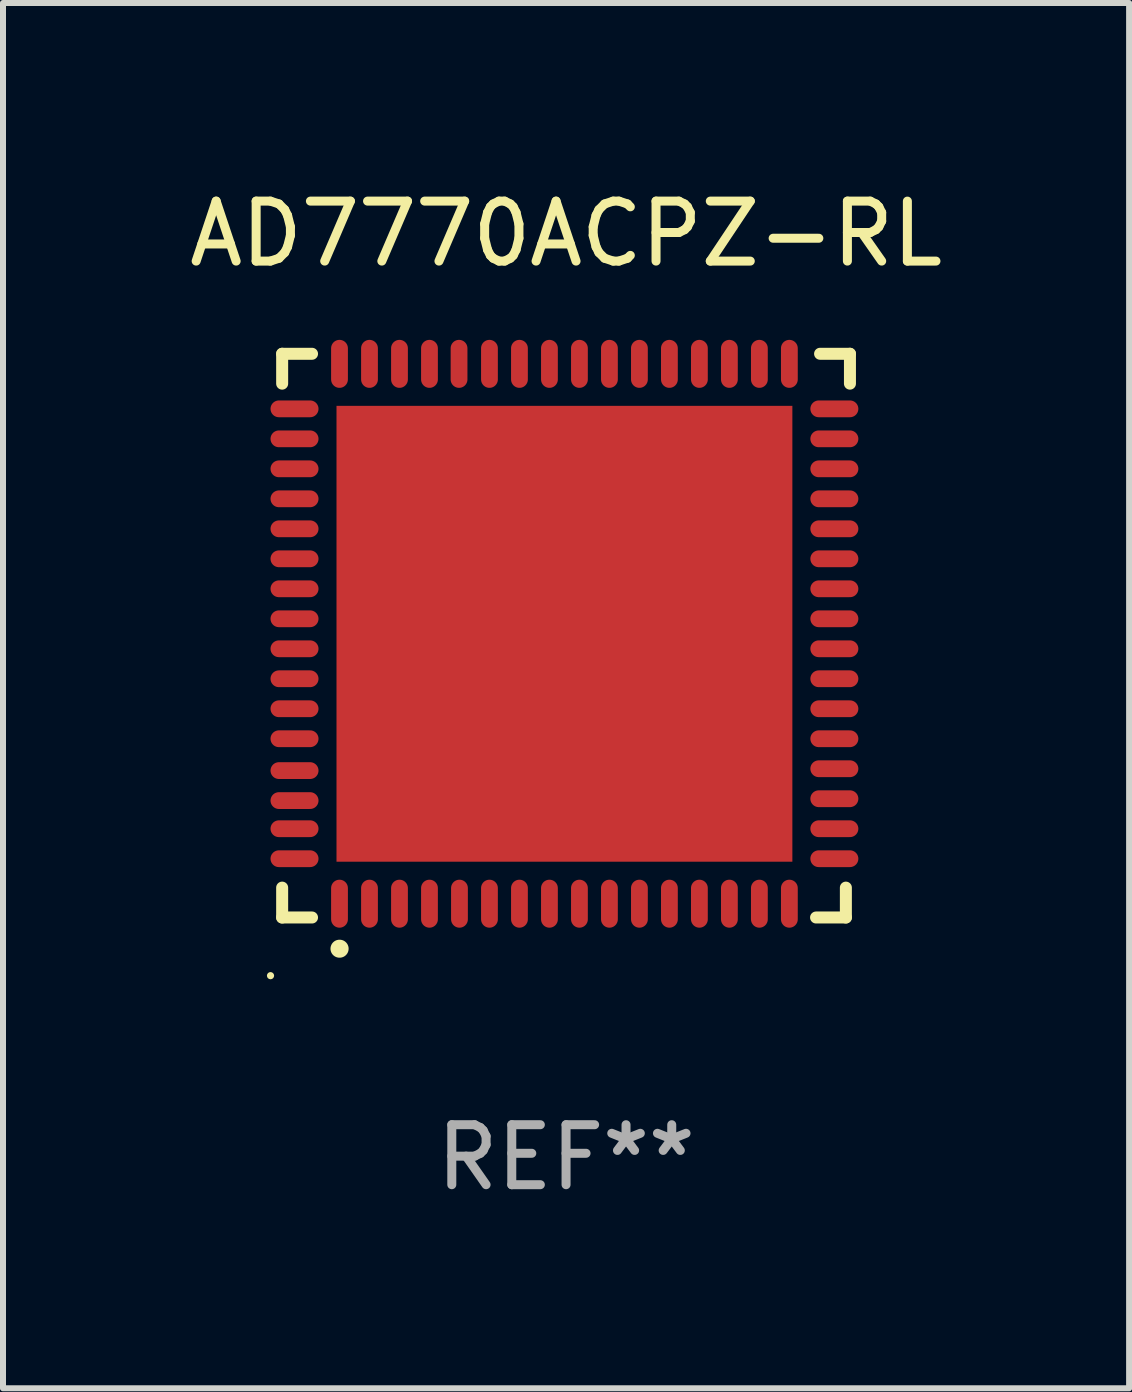
<source format=kicad_pcb>
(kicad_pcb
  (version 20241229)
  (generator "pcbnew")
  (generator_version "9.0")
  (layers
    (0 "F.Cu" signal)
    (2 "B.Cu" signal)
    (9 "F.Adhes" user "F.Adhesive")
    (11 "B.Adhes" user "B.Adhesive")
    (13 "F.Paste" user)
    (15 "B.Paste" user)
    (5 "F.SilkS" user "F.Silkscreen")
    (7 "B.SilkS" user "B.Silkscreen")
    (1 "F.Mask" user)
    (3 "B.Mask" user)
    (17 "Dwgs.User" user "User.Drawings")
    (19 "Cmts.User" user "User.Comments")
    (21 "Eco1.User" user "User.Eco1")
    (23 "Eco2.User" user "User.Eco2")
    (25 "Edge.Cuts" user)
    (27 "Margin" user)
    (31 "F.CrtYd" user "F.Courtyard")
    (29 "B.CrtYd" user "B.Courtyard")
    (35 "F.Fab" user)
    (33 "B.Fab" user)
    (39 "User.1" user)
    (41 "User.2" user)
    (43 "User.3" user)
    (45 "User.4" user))
  (footprint "AD7770ACPZ-RL"
    (layer "F.Cu")
    (at 6.387 7.547)
    (property "Reference" "AD7770ACPZ-RL" (at 0 -6.699 0) (layer "F.SilkS") (effects (font (size 1 1) (thickness 0.15))))
    (attr through_hole)
    (fp_line (start -4.733 -4.699) (end -4.235 -4.699) (stroke (width 0.2) (type solid)) (layer "F.SilkS"))
    (fp_line (start -4.733 -4.201) (end -4.733 -4.699) (stroke (width 0.2) (type solid)) (layer "F.SilkS"))
    (fp_line (start -4.733 4.699) (end -4.733 4.201) (stroke (width 0.2) (type solid)) (layer "F.SilkS"))
    (fp_line (start -4.235 4.699) (end -4.733 4.699) (stroke (width 0.2) (type solid)) (layer "F.SilkS"))
    (fp_line (start 4.168 4.699) (end 4.665 4.699) (stroke (width 0.2) (type solid)) (layer "F.SilkS"))
    (fp_line (start 4.665 4.699) (end 4.665 4.201) (stroke (width 0.2) (type solid)) (layer "F.SilkS"))
    (fp_line (start 4.733 -4.699) (end 4.235 -4.699) (stroke (width 0.2) (type solid)) (layer "F.SilkS"))
    (fp_line (start 4.733 -4.201) (end 4.733 -4.699) (stroke (width 0.2) (type solid)) (layer "F.SilkS"))
    (fp_arc (start -3.777419 5.219329) (mid -3.776149 5.219324) (end -3.774879 5.219329) (stroke (width 0.3) (type solid)) (layer "F.SilkS"))
    (fp_circle (center -4.927 5.669) (end -4.897 5.669) (stroke (width 0.06) (type solid)) (fill no) (layer "F.SilkS"))
    (fp_text user "REF**" (at 0 8.699 0) (layer "F.Fab") (effects (font (size 1 1) (thickness 0.15))))
    (pad "1" smd oval (at -3.777 4.469 180) (size 0.28 0.8) (layers "F.Cu" "F.Mask" "F.Paste"))
    (pad "2" smd oval (at -3.277 4.469 180) (size 0.28 0.8) (layers "F.Cu" "F.Mask" "F.Paste"))
    (pad "3" smd oval (at -2.777 4.469 180) (size 0.28 0.8) (layers "F.Cu" "F.Mask" "F.Paste"))
    (pad "4" smd oval (at -2.277 4.469 180) (size 0.28 0.8) (layers "F.Cu" "F.Mask" "F.Paste"))
    (pad "5" smd oval (at -1.777 4.469 180) (size 0.28 0.8) (layers "F.Cu" "F.Mask" "F.Paste"))
    (pad "6" smd oval (at -1.277 4.469 180) (size 0.28 0.8) (layers "F.Cu" "F.Mask" "F.Paste"))
    (pad "7" smd oval (at -0.777 4.469 180) (size 0.28 0.8) (layers "F.Cu" "F.Mask" "F.Paste"))
    (pad "8" smd oval (at -0.277 4.469 180) (size 0.28 0.8) (layers "F.Cu" "F.Mask" "F.Paste"))
    (pad "9" smd oval (at 0.223 4.469 180) (size 0.28 0.8) (layers "F.Cu" "F.Mask" "F.Paste"))
    (pad "10" smd oval (at 0.723 4.469 180) (size 0.28 0.8) (layers "F.Cu" "F.Mask" "F.Paste"))
    (pad "11" smd oval (at 1.223 4.469 180) (size 0.28 0.8) (layers "F.Cu" "F.Mask" "F.Paste"))
    (pad "12" smd oval (at 1.723 4.469 180) (size 0.28 0.8) (layers "F.Cu" "F.Mask" "F.Paste"))
    (pad "13" smd oval (at 2.223 4.469 180) (size 0.28 0.8) (layers "F.Cu" "F.Mask" "F.Paste"))
    (pad "14" smd oval (at 2.723 4.469 180) (size 0.28 0.8) (layers "F.Cu" "F.Mask" "F.Paste"))
    (pad "15" smd oval (at 3.223 4.469 180) (size 0.28 0.8) (layers "F.Cu" "F.Mask" "F.Paste"))
    (pad "16" smd oval (at 3.723 4.469 180) (size 0.28 0.8) (layers "F.Cu" "F.Mask" "F.Paste"))
    (pad "17" smd oval (at 4.473 3.719 270) (size 0.28 0.8) (layers "F.Cu" "F.Mask" "F.Paste"))
    (pad "18" smd oval (at 4.473 3.219 270) (size 0.28 0.8) (layers "F.Cu" "F.Mask" "F.Paste"))
    (pad "19" smd oval (at 4.473 2.719 270) (size 0.28 0.8) (layers "F.Cu" "F.Mask" "F.Paste"))
    (pad "20" smd oval (at 4.473 2.219 270) (size 0.28 0.8) (layers "F.Cu" "F.Mask" "F.Paste"))
    (pad "21" smd oval (at 4.473 1.719 270) (size 0.28 0.8) (layers "F.Cu" "F.Mask" "F.Paste"))
    (pad "22" smd oval (at 4.473 1.219 270) (size 0.28 0.8) (layers "F.Cu" "F.Mask" "F.Paste"))
    (pad "23" smd oval (at 4.473 0.719 270) (size 0.28 0.8) (layers "F.Cu" "F.Mask" "F.Paste"))
    (pad "24" smd oval (at 4.473 0.219 270) (size 0.28 0.8) (layers "F.Cu" "F.Mask" "F.Paste"))
    (pad "25" smd oval (at 4.473 -0.281 270) (size 0.28 0.8) (layers "F.Cu" "F.Mask" "F.Paste"))
    (pad "26" smd oval (at 4.473 -0.781 270) (size 0.28 0.8) (layers "F.Cu" "F.Mask" "F.Paste"))
    (pad "27" smd oval (at 4.473 -1.281 270) (size 0.28 0.8) (layers "F.Cu" "F.Mask" "F.Paste"))
    (pad "28" smd oval (at 4.473 -1.781 270) (size 0.28 0.8) (layers "F.Cu" "F.Mask" "F.Paste"))
    (pad "29" smd oval (at 4.473 -2.281 270) (size 0.28 0.8) (layers "F.Cu" "F.Mask" "F.Paste"))
    (pad "30" smd oval (at 4.473 -2.781 270) (size 0.28 0.8) (layers "F.Cu" "F.Mask" "F.Paste"))
    (pad "31" smd oval (at 4.473 -3.281 270) (size 0.28 0.8) (layers "F.Cu" "F.Mask" "F.Paste"))
    (pad "32" smd oval (at 4.473 -3.781 270) (size 0.28 0.8) (layers "F.Cu" "F.Mask" "F.Paste"))
    (pad "33" smd oval (at 3.723 -4.531) (size 0.28 0.8) (layers "F.Cu" "F.Mask" "F.Paste"))
    (pad "34" smd oval (at 3.223 -4.531) (size 0.28 0.8) (layers "F.Cu" "F.Mask" "F.Paste"))
    (pad "35" smd oval (at 2.723 -4.531) (size 0.28 0.8) (layers "F.Cu" "F.Mask" "F.Paste"))
    (pad "36" smd oval (at 2.223 -4.531) (size 0.28 0.8) (layers "F.Cu" "F.Mask" "F.Paste"))
    (pad "37" smd oval (at 1.723 -4.531) (size 0.28 0.8) (layers "F.Cu" "F.Mask" "F.Paste"))
    (pad "38" smd oval (at 1.223 -4.531) (size 0.28 0.8) (layers "F.Cu" "F.Mask" "F.Paste"))
    (pad "39" smd oval (at 0.723 -4.531) (size 0.28 0.8) (layers "F.Cu" "F.Mask" "F.Paste"))
    (pad "40" smd oval (at 0.223 -4.531) (size 0.28 0.8) (layers "F.Cu" "F.Mask" "F.Paste"))
    (pad "41" smd oval (at -0.277 -4.531) (size 0.28 0.8) (layers "F.Cu" "F.Mask" "F.Paste"))
    (pad "42" smd oval (at -0.777 -4.531) (size 0.28 0.8) (layers "F.Cu" "F.Mask" "F.Paste"))
    (pad "43" smd oval (at -1.277 -4.531) (size 0.28 0.8) (layers "F.Cu" "F.Mask" "F.Paste"))
    (pad "44" smd oval (at -1.784 -4.531) (size 0.28 0.8) (layers "F.Cu" "F.Mask" "F.Paste"))
    (pad "45" smd oval (at -2.277 -4.531) (size 0.28 0.8) (layers "F.Cu" "F.Mask" "F.Paste"))
    (pad "46" smd oval (at -2.777 -4.531) (size 0.28 0.8) (layers "F.Cu" "F.Mask" "F.Paste"))
    (pad "47" smd oval (at -3.277 -4.531) (size 0.28 0.8) (layers "F.Cu" "F.Mask" "F.Paste"))
    (pad "48" smd oval (at -3.777 -4.531) (size 0.28 0.8) (layers "F.Cu" "F.Mask" "F.Paste"))
    (pad "49" smd oval (at -4.527 -3.781 90) (size 0.28 0.8) (layers "F.Cu" "F.Mask" "F.Paste"))
    (pad "50" smd oval (at -4.527 -3.281 90) (size 0.28 0.8) (layers "F.Cu" "F.Mask" "F.Paste"))
    (pad "51" smd oval (at -4.527 -2.781 90) (size 0.28 0.8) (layers "F.Cu" "F.Mask" "F.Paste"))
    (pad "52" smd oval (at -4.527 -2.281 90) (size 0.28 0.8) (layers "F.Cu" "F.Mask" "F.Paste"))
    (pad "53" smd oval (at -4.527 -1.781 90) (size 0.28 0.8) (layers "F.Cu" "F.Mask" "F.Paste"))
    (pad "54" smd oval (at -4.527 -1.281 90) (size 0.28 0.8) (layers "F.Cu" "F.Mask" "F.Paste"))
    (pad "55" smd oval (at -4.527 -0.781 90) (size 0.28 0.8) (layers "F.Cu" "F.Mask" "F.Paste"))
    (pad "56" smd oval (at -4.527 -0.281 90) (size 0.28 0.8) (layers "F.Cu" "F.Mask" "F.Paste"))
    (pad "57" smd oval (at -4.527 0.219 90) (size 0.28 0.8) (layers "F.Cu" "F.Mask" "F.Paste"))
    (pad "58" smd oval (at -4.527 0.719 90) (size 0.28 0.8) (layers "F.Cu" "F.Mask" "F.Paste"))
    (pad "59" smd oval (at -4.527 1.219 90) (size 0.28 0.8) (layers "F.Cu" "F.Mask" "F.Paste"))
    (pad "60" smd oval (at -4.527 1.719 90) (size 0.28 0.8) (layers "F.Cu" "F.Mask" "F.Paste"))
    (pad "61" smd oval (at -4.527 2.25 90) (size 0.28 0.8) (layers "F.Cu" "F.Mask" "F.Paste"))
    (pad "62" smd oval (at -4.527 2.75 90) (size 0.28 0.8) (layers "F.Cu" "F.Mask" "F.Paste"))
    (pad "63" smd oval (at -4.527 3.219 90) (size 0.28 0.8) (layers "F.Cu" "F.Mask" "F.Paste"))
    (pad "64" smd oval (at -4.527 3.719 90) (size 0.28 0.8) (layers "F.Cu" "F.Mask" "F.Paste"))
    (pad "65" smd rect (at -0.027 -0.031 90) (size 7.6 7.6) (layers "F.Cu" "F.Mask" "F.Paste")))
  (gr_rect
    (start -3 -3)
    (end 15.774 20.095)
    (stroke (width 0.1) (type default))
    (fill no)
    (layer "Edge.Cuts")))
</source>
